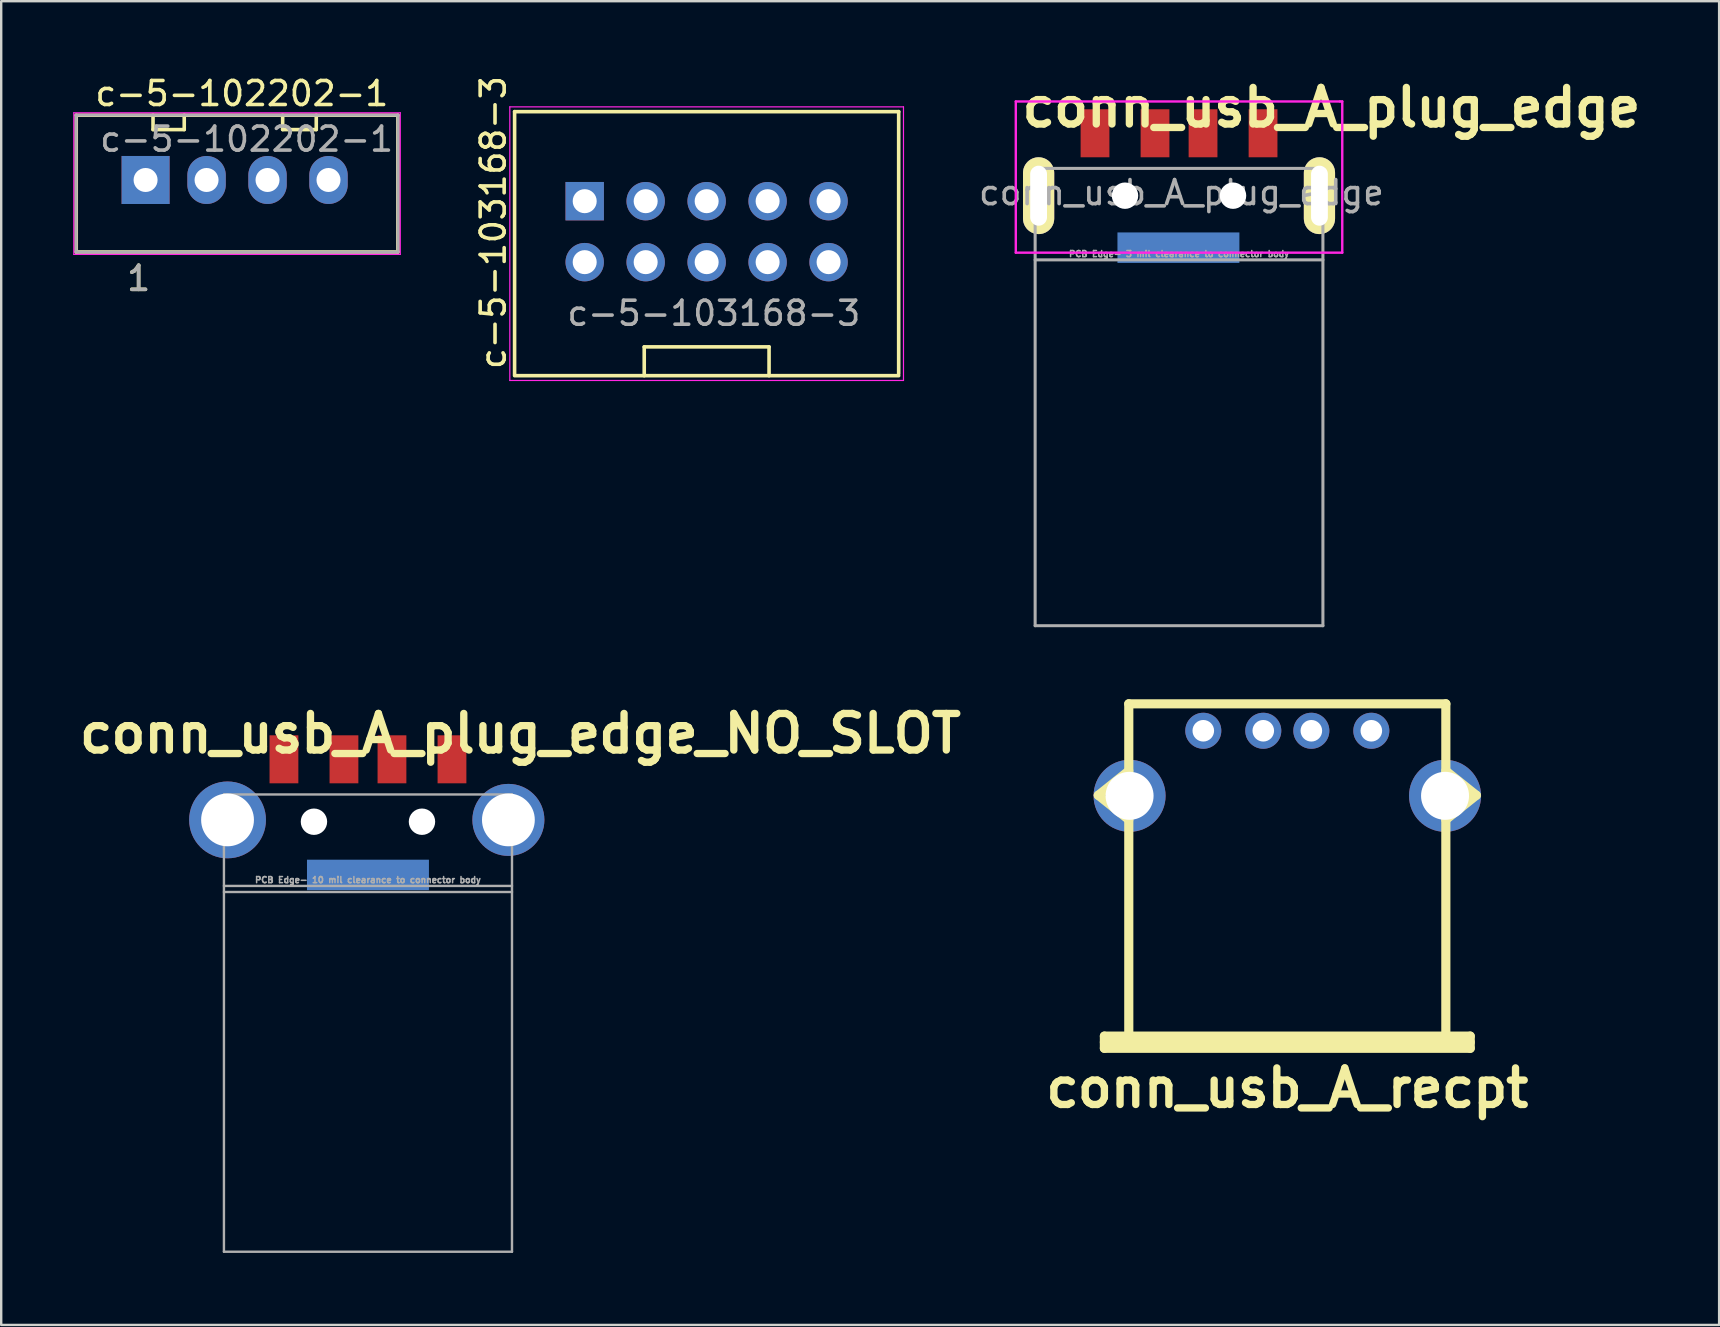
<source format=kicad_pcb>
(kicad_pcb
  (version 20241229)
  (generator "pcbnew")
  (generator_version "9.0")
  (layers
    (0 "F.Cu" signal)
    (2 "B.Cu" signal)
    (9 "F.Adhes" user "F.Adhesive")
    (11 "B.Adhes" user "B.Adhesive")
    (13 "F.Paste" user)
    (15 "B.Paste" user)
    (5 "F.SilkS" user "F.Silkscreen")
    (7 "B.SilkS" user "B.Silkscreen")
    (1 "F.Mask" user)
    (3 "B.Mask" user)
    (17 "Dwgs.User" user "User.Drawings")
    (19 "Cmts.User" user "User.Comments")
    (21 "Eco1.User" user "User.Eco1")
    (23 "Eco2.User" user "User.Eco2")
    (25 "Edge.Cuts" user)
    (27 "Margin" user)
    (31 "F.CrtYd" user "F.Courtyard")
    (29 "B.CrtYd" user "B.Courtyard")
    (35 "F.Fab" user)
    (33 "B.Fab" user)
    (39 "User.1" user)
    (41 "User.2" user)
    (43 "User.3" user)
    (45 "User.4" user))
  (footprint "conn_usb_A_recpt"
    (layer "F.Cu")
    (at 50.578 33.382)
    (property "Reference" "conn_usb_A_recpt" (at 0 8.89 0) (layer "F.SilkS") (effects (font (size 1.524 1.524) (thickness 0.305))))
    (attr through_hole)
    (fp_line (start -7.874 -3.302) (end -6.604 -2.286) (stroke (width 0.381) (type solid)) (layer "F.SilkS"))
    (fp_line (start -7.62 6.731) (end -7.62 7.239) (stroke (width 0.381) (type solid)) (layer "F.SilkS"))
    (fp_line (start -7.62 6.731) (end 7.62 6.731) (stroke (width 0.381) (type solid)) (layer "F.SilkS"))
    (fp_line (start -7.62 6.985) (end 7.62 6.985) (stroke (width 0.381) (type solid)) (layer "F.SilkS"))
    (fp_line (start -6.604 -7.112) (end -6.604 7.112) (stroke (width 0.381) (type solid)) (layer "F.SilkS"))
    (fp_line (start -6.604 -4.318) (end -7.874 -3.302) (stroke (width 0.381) (type solid)) (layer "F.SilkS"))
    (fp_line (start 6.604 -7.112) (end -6.604 -7.112) (stroke (width 0.381) (type solid)) (layer "F.SilkS"))
    (fp_line (start 6.604 -4.318) (end 7.874 -3.302) (stroke (width 0.381) (type solid)) (layer "F.SilkS"))
    (fp_line (start 6.604 7.112) (end 6.604 -7.112) (stroke (width 0.381) (type solid)) (layer "F.SilkS"))
    (fp_line (start 7.62 6.731) (end 7.62 7.239) (stroke (width 0.381) (type solid)) (layer "F.SilkS"))
    (fp_line (start 7.62 7.239) (end -7.62 7.239) (stroke (width 0.381) (type solid)) (layer "F.SilkS"))
    (fp_line (start 7.874 -3.302) (end 6.604 -2.286) (stroke (width 0.381) (type solid)) (layer "F.SilkS"))
    (pad "" thru_hole circle (at -6.571 -3.279) (size 3 3) (drill 1.999) (layers "*.Cu" "*.Mask"))
    (pad "" thru_hole circle (at 6.571 -3.279) (size 3 3) (drill 1.999) (layers "*.Cu" "*.Mask"))
    (pad "1" thru_hole circle (at -3.5 -5.989) (size 1.501 1.501) (drill 0.899) (layers "*.Cu" "*.Mask"))
    (pad "2" thru_hole circle (at -1.001 -5.989) (size 1.501 1.501) (drill 0.899) (layers "*.Cu" "*.Mask"))
    (pad "3" thru_hole circle (at 1.001 -5.989) (size 1.501 1.501) (drill 0.899) (layers "*.Cu" "*.Mask"))
    (pad "4" thru_hole circle (at 3.5 -5.989) (size 1.501 1.501) (drill 0.899) (layers "*.Cu" "*.Mask")))
  (footprint "conn_usb_A_plug_edge_NO_SLOT"
    (layer "F.Cu")
    (at 12.279 33.856)
    (property "Reference" "conn_usb_A_plug_edge_NO_SLOT" (at 6.35 -6.35 0) (layer "F.SilkS") (effects (font (size 1.524 1.524) (thickness 0.305))))
    (attr through_hole)
    (fp_line (start -6 -3.81) (end -6 15.24) (stroke (width 0.1) (type solid)) (layer "F.Fab"))
    (fp_line (start -6 -3.81) (end 6 -3.81) (stroke (width 0.1) (type solid)) (layer "F.Fab"))
    (fp_line (start -6 0) (end 6 0) (stroke (width 0.1) (type solid)) (layer "F.Fab"))
    (fp_line (start -6 0.254) (end 6 0.254) (stroke (width 0.1) (type solid)) (layer "F.Fab"))
    (fp_line (start -6 15.24) (end 6 15.24) (stroke (width 0.1) (type solid)) (layer "F.Fab"))
    (fp_line (start 6 -3.81) (end 6 15.24) (stroke (width 0.1) (type solid)) (layer "F.Fab"))
    (fp_text user "PCB Edge- 10 mil clearance to connector body" (at 0 -0.25 0) (layer "F.Fab") (effects (font (size 0.254 0.254) (thickness 0.064))))
    (pad "" np_thru_hole circle (at -2.25 -2.674) (size 1.1 1.1) (drill 1.1) (layers "*.Cu" "*.Mask"))
    (pad "" np_thru_hole circle (at 2.25 -2.674) (size 1.1 1.1) (drill 1.1) (layers "*.Cu" "*.Mask"))
    (pad "1" smd rect (at 3.5 -5.274) (size 1.2 2) (layers "F.Cu" "F.Mask" "F.Paste"))
    (pad "2" smd rect (at 1 -5.274) (size 1.2 2) (layers "F.Cu" "F.Mask" "F.Paste"))
    (pad "3" smd rect (at -1 -5.274) (size 1.2 2) (layers "F.Cu" "F.Mask" "F.Paste"))
    (pad "4" smd rect (at -3.5 -5.274) (size 1.2 2) (layers "F.Cu" "F.Mask" "F.Paste"))
    (pad "5" thru_hole circle (at -5.85 -2.75) (size 3.2 3.2) (drill 2.2) (layers "*.Cu" "*.Mask"))
    (pad "5" smd rect (at 0 -0.457) (size 5.08 1.27) (layers "B.Cu" "B.Mask"))
    (pad "5" thru_hole circle (at 5.85 -2.75) (size 3 3) (drill 2.2) (layers "*.Cu" "*.Mask")))
  (footprint "c-5-103168-3"
    (layer "F.Cu")
    (at 26.388 6.601)
    (property "Reference" "c-5-103168-3" (at -8.89 -0.381 90) (layer "F.SilkS") (effects (font (size 1 1) (thickness 0.15))))
    (attr through_hole)
    (fp_line (start -8 -5) (end -8.001 5.969) (stroke (width 0.15) (type solid)) (layer "F.SilkS"))
    (fp_line (start -8 6) (end 8 6) (stroke (width 0.15) (type solid)) (layer "F.SilkS"))
    (fp_line (start -2.6 4.8) (end 2.6 4.8) (stroke (width 0.15) (type solid)) (layer "F.SilkS"))
    (fp_line (start -2.6 6) (end -2.6 4.8) (stroke (width 0.15) (type solid)) (layer "F.SilkS"))
    (fp_line (start 2.6 4.8) (end 2.6 6) (stroke (width 0.15) (type solid)) (layer "F.SilkS"))
    (fp_line (start 8 -5) (end -8 -5) (stroke (width 0.15) (type solid)) (layer "F.SilkS"))
    (fp_line (start 8 5.922) (end 8 -5) (stroke (width 0.15) (type solid)) (layer "F.SilkS"))
    (fp_line (start -8.2 -5.2) (end 8.2 -5.2) (stroke (width 0.05) (type solid)) (layer "F.CrtYd"))
    (fp_line (start -8.2 6.2) (end -8.2 -5.2) (stroke (width 0.05) (type solid)) (layer "F.CrtYd"))
    (fp_line (start 8.2 -5.2) (end 8.2 6.2) (stroke (width 0.05) (type solid)) (layer "F.CrtYd"))
    (fp_line (start 8.2 6.2) (end -8.2 6.2) (stroke (width 0.05) (type solid)) (layer "F.CrtYd"))
    (fp_text user "${REFERENCE}" (at 0.3 3.4 0) (layer "F.Fab") (effects (font (size 1 1) (thickness 0.15))))
    (pad "1" thru_hole rect (at -5.08 -1.27) (size 1.6 1.6) (drill 1) (layers "*.Cu" "*.Mask"))
    (pad "2" thru_hole circle (at -2.54 -1.27) (size 1.6 1.6) (drill 1) (layers "*.Cu" "*.Mask"))
    (pad "3" thru_hole circle (at 0 -1.27) (size 1.6 1.6) (drill 1) (layers "*.Cu" "*.Mask"))
    (pad "4" thru_hole circle (at 2.54 -1.27) (size 1.6 1.6) (drill 1) (layers "*.Cu" "*.Mask"))
    (pad "5" thru_hole circle (at 5.08 -1.27) (size 1.6 1.6) (drill 1) (layers "*.Cu" "*.Mask"))
    (pad "6" thru_hole circle (at -5.08 1.27) (size 1.6 1.6) (drill 1) (layers "*.Cu" "*.Mask"))
    (pad "7" thru_hole circle (at -2.54 1.27) (size 1.6 1.6) (drill 1) (layers "*.Cu" "*.Mask"))
    (pad "8" thru_hole circle (at 0 1.27) (size 1.6 1.6) (drill 1) (layers "*.Cu" "*.Mask"))
    (pad "9" thru_hole circle (at 2.54 1.27) (size 1.6 1.6) (drill 1) (layers "*.Cu" "*.Mask"))
    (pad "10" thru_hole circle (at 5.08 1.27) (size 1.6 1.6) (drill 1) (layers "*.Cu" "*.Mask")))
  (footprint "c-5-102202-1"
    (layer "F.Cu")
    (at 6.825 4.448)
    (property "Reference" "c-5-102202-1" (at 0.2 -3.6 0) (layer "F.SilkS") (effects (font (size 1 1) (thickness 0.15))))
    (attr through_hole)
    (fp_line (start -6.7 -2.7) (end 6.7 -2.7) (stroke (width 0.15) (type solid)) (layer "F.SilkS"))
    (fp_line (start -6.7 3) (end -6.7 -2.7) (stroke (width 0.15) (type solid)) (layer "F.SilkS"))
    (fp_line (start -3.5 -2.7) (end -3.5 -2.1) (stroke (width 0.15) (type solid)) (layer "F.SilkS"))
    (fp_line (start -3.5 -2.1) (end -2.2 -2.1) (stroke (width 0.15) (type solid)) (layer "F.SilkS"))
    (fp_line (start -2.2 -2.1) (end -2.2 -2.7) (stroke (width 0.15) (type solid)) (layer "F.SilkS"))
    (fp_line (start 1.9 -2.1) (end 1.9 -2.7) (stroke (width 0.15) (type solid)) (layer "F.SilkS"))
    (fp_line (start 3.3 -2.7) (end 3.3 -2.1) (stroke (width 0.15) (type solid)) (layer "F.SilkS"))
    (fp_line (start 3.3 -2.1) (end 1.9 -2.1) (stroke (width 0.15) (type solid)) (layer "F.SilkS"))
    (fp_line (start 6.7 -2.7) (end 6.7 3) (stroke (width 0.15) (type solid)) (layer "F.SilkS"))
    (fp_line (start 6.7 3) (end -6.7 3) (stroke (width 0.15) (type solid)) (layer "F.SilkS"))
    (fp_line (start -6.8 -2.8) (end 6.8 -2.8) (stroke (width 0.05) (type solid)) (layer "F.CrtYd"))
    (fp_line (start -6.8 3.1) (end -6.8 -2.8) (stroke (width 0.05) (type solid)) (layer "F.CrtYd"))
    (fp_line (start 6.8 -2.8) (end 6.8 3.1) (stroke (width 0.05) (type solid)) (layer "F.CrtYd"))
    (fp_line (start 6.8 3.1) (end -6.8 3.1) (stroke (width 0.05) (type solid)) (layer "F.CrtYd"))
    (fp_line (start -6.7 -2.7) (end 6.7 -2.7) (stroke (width 0.12) (type solid)) (layer "F.Fab"))
    (fp_line (start -6.7 3) (end -6.7 -2.7) (stroke (width 0.12) (type solid)) (layer "F.Fab"))
    (fp_line (start 6.7 -2.7) (end 6.7 3) (stroke (width 0.12) (type solid)) (layer "F.Fab"))
    (fp_line (start 6.7 3) (end -6.7 3) (stroke (width 0.12) (type solid)) (layer "F.Fab"))
    (fp_text user "1" (at -4.1 4.1 0) (layer "F.SilkS") (effects (font (size 1 1) (thickness 0.15))))
    (fp_text user "1" (at -4.1 4.1 0) (layer "F.Fab") (effects (font (size 1 1) (thickness 0.15))))
    (fp_text user "${REFERENCE}" (at 0.4 -1.7 0) (layer "F.Fab") (effects (font (size 1 1) (thickness 0.15))))
    (pad "1" thru_hole rect (at -3.81 0) (size 2 2) (drill 1) (layers "*.Cu" "*.Mask"))
    (pad "2" thru_hole oval (at -1.27 0) (size 1.6 2) (drill 1) (layers "*.Cu" "*.Mask"))
    (pad "3" thru_hole oval (at 1.27 0) (size 1.6 2) (drill 1) (layers "*.Cu" "*.Mask"))
    (pad "4" thru_hole oval (at 3.81 0) (size 1.6 2) (drill 1) (layers "*.Cu" "*.Mask")))
  (footprint "conn_usb_A_plug_edge"
    (layer "F.Cu")
    (at 46.067 7.776)
    (property "Reference" "conn_usb_A_plug_edge" (at 6.35 -6.35 0) (layer "F.SilkS") (effects (font (size 1.524 1.524) (thickness 0.305))))
    (attr through_hole)
    (fp_line (start -6.8 -6.6) (end 6.7 -6.6) (stroke (width 0.1) (type solid)) (layer "F.CrtYd"))
    (fp_line (start -6.8 -0.3) (end -6.8 -6.6) (stroke (width 0.1) (type solid)) (layer "F.CrtYd"))
    (fp_line (start 6.7 -6.6) (end 6.8 -6.6) (stroke (width 0.1) (type solid)) (layer "F.CrtYd"))
    (fp_line (start 6.8 -6.6) (end 6.8 -0.3) (stroke (width 0.1) (type solid)) (layer "F.CrtYd"))
    (fp_line (start 6.8 -0.3) (end -6.8 -0.3) (stroke (width 0.1) (type solid)) (layer "F.CrtYd"))
    (fp_line (start -6 0) (end 6 0) (stroke (width 0.01) (type solid)) (layer "F.Fab"))
    (fp_line (start -5.994 -3.81) (end -5.994 15.24) (stroke (width 0.127) (type solid)) (layer "F.Fab"))
    (fp_line (start -5.994 -3.81) (end 5.994 -3.81) (stroke (width 0.127) (type solid)) (layer "F.Fab"))
    (fp_line (start -5.994 0) (end 5.994 0) (stroke (width 0.127) (type solid)) (layer "F.Fab"))
    (fp_line (start -5.994 15.24) (end 5.994 15.24) (stroke (width 0.127) (type solid)) (layer "F.Fab"))
    (fp_line (start 5.994 -3.81) (end 5.994 15.24) (stroke (width 0.127) (type solid)) (layer "F.Fab"))
    (fp_text user "${REFERENCE}" (at 0.1 -2.8 0) (layer "F.Fab") (effects (font (size 1 1) (thickness 0.15))))
    (fp_text user "PCB Edge- 3 mil clearance to connector body" (at 0 -0.25 0) (layer "F.Fab") (effects (font (size 0.254 0.254) (thickness 0.064))))
    (pad "" np_thru_hole circle (at -2.25 -2.674) (size 1.1 1.1) (drill 1.1) (layers "*.Cu" "*.Mask"))
    (pad "" np_thru_hole circle (at 2.25 -2.674) (size 1.1 1.1) (drill 1.1) (layers "*.Cu" "*.Mask"))
    (pad "1" smd rect (at 3.5 -5.274) (size 1.2 2) (layers "F.Cu" "F.Mask" "F.Paste"))
    (pad "2" smd rect (at 1 -5.274) (size 1.2 2) (layers "F.Cu" "F.Mask" "F.Paste"))
    (pad "3" smd rect (at -1 -5.274) (size 1.2 2) (layers "F.Cu" "F.Mask" "F.Paste"))
    (pad "4" smd rect (at -3.5 -5.274) (size 1.2 2) (layers "F.Cu" "F.Mask" "F.Paste"))
    (pad "5" thru_hole oval (at -5.85 -2.674) (size 1.3 3.2) (drill oval 0.7 2.5) (layers "*.Cu" "*.Mask" "F.SilkS"))
    (pad "5" smd rect (at -0.025 -0.508) (size 5.08 1.27) (layers "B.Cu" "B.Mask"))
    (pad "5" thru_hole oval (at 5.85 -2.674) (size 1.3 3.2) (drill oval 0.7 2.5) (layers "*.Cu" "*.Mask" "F.SilkS")))
  (gr_rect
    (start -3 -3)
    (end 68.567 52.146)
    (stroke (width 0.1) (type default))
    (fill no)
    (layer "Edge.Cuts")))
</source>
